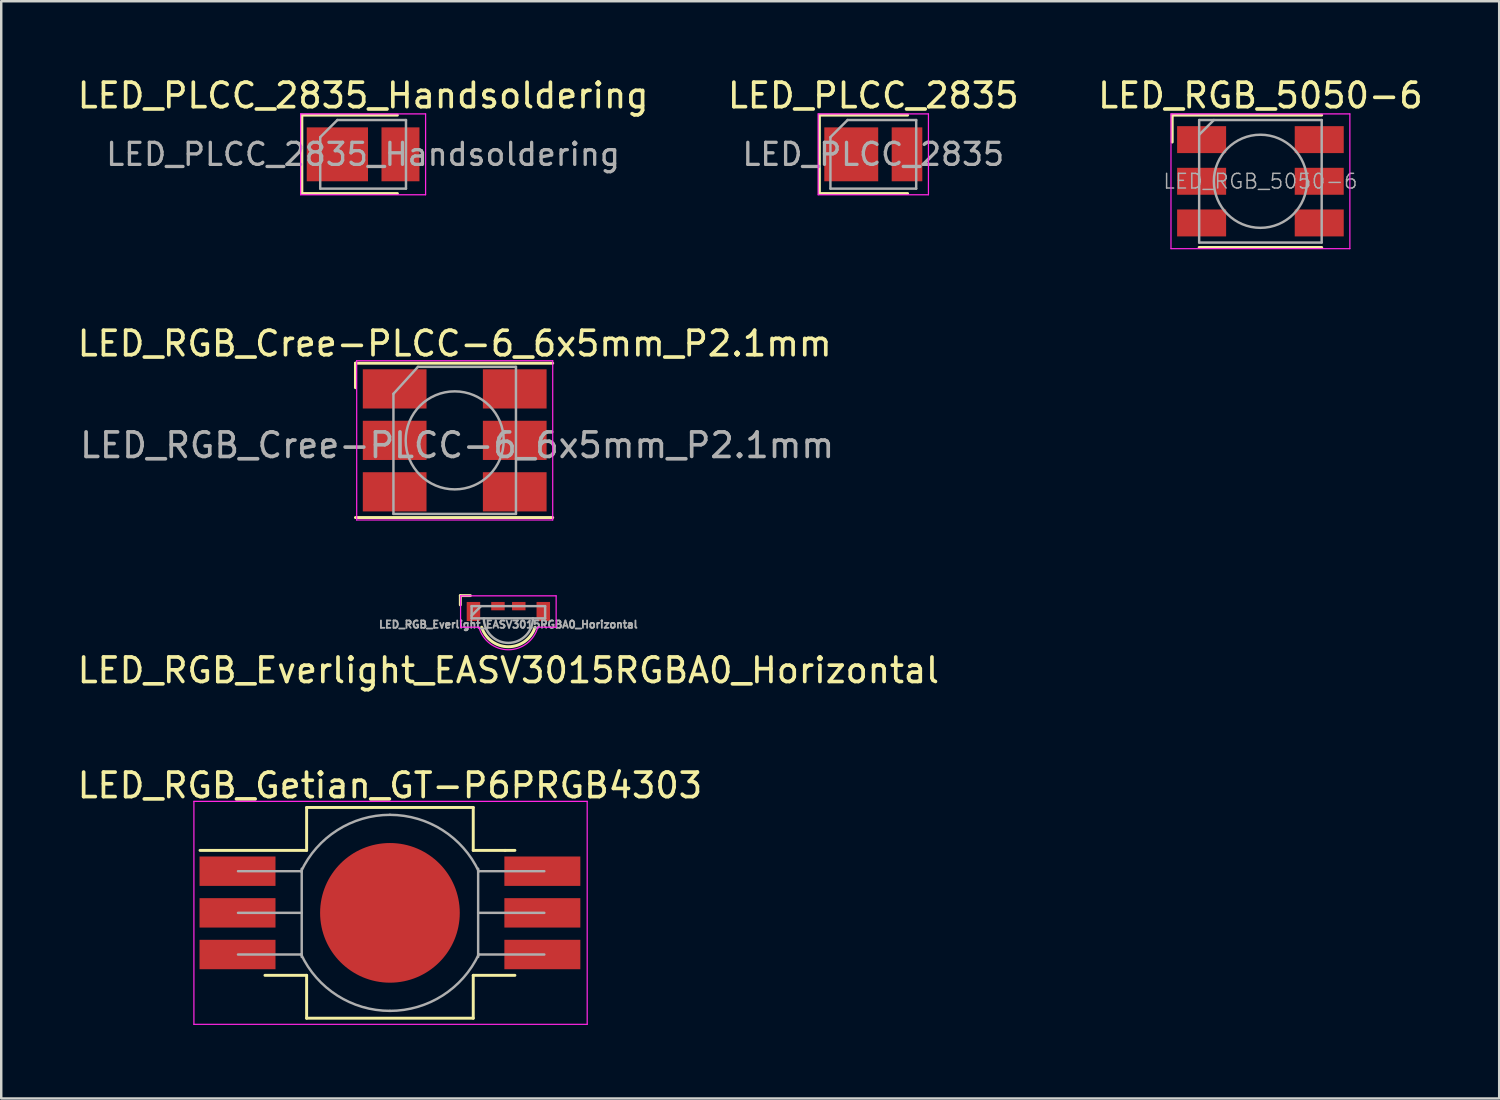
<source format=kicad_pcb>
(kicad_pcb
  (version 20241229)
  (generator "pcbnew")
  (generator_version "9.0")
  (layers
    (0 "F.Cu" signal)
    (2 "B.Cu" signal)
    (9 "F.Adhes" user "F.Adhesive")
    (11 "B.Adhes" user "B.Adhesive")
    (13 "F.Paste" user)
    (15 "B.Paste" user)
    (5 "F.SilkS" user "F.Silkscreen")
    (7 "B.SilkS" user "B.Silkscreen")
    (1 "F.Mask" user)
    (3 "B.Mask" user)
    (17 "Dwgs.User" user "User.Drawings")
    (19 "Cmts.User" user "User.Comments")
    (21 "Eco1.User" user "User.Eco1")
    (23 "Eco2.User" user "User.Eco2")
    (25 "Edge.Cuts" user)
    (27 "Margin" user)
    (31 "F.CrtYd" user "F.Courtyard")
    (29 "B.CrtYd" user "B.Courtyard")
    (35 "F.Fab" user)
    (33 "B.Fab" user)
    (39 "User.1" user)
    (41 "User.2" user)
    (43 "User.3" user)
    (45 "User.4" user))
  (footprint "LED_RGB_Getian_GT-P6PRGB4303"
    (layer "F.Cu")
    (at 12.863 34.203)
    (property "Reference" "LED_RGB_Getian_GT-P6PRGB4303" (at 0 -5.2 0) (layer "F.SilkS") (effects (font (size 1 1) (thickness 0.15))))
    (attr smd)
    (fp_line (start -7.75 -2.55) (end -3.4 -2.55) (stroke (width 0.12) (type solid)) (layer "F.SilkS"))
    (fp_line (start -5.1 2.55) (end -3.4 2.55) (stroke (width 0.12) (type solid)) (layer "F.SilkS"))
    (fp_line (start -3.4 -4.3) (end -3.4 -2.55) (stroke (width 0.12) (type solid)) (layer "F.SilkS"))
    (fp_line (start -3.4 2.55) (end -3.4 4.3) (stroke (width 0.12) (type solid)) (layer "F.SilkS"))
    (fp_line (start 3.4 -4.3) (end -3.4 -4.3) (stroke (width 0.12) (type solid)) (layer "F.SilkS"))
    (fp_line (start 3.4 -4.3) (end 3.4 -2.55) (stroke (width 0.12) (type solid)) (layer "F.SilkS"))
    (fp_line (start 3.4 -2.55) (end 4.7 -2.55) (stroke (width 0.12) (type solid)) (layer "F.SilkS"))
    (fp_line (start 3.4 2.55) (end 3.4 4.3) (stroke (width 0.12) (type solid)) (layer "F.SilkS"))
    (fp_line (start 3.4 4.3) (end -3.4 4.3) (stroke (width 0.12) (type solid)) (layer "F.SilkS"))
    (fp_line (start 4.7 -2.55) (end 5.1 -2.55) (stroke (width 0.12) (type solid)) (layer "F.SilkS"))
    (fp_line (start 5.1 2.55) (end 3.4 2.55) (stroke (width 0.12) (type solid)) (layer "F.SilkS"))
    (fp_line (start -8 -4.55) (end -8 4.55) (stroke (width 0.05) (type solid)) (layer "F.CrtYd"))
    (fp_line (start -8 -4.55) (end 8.05 -4.55) (stroke (width 0.05) (type solid)) (layer "F.CrtYd"))
    (fp_line (start -8 4.55) (end 8.05 4.55) (stroke (width 0.05) (type solid)) (layer "F.CrtYd"))
    (fp_line (start 8.05 -4.55) (end 8.05 4.55) (stroke (width 0.05) (type solid)) (layer "F.CrtYd"))
    (fp_line (start -6.2 0) (end -3.6 0) (stroke (width 0.1) (type solid)) (layer "F.Fab"))
    (fp_line (start -3.6 -1.7) (end -6.2 -1.7) (stroke (width 0.1) (type solid)) (layer "F.Fab"))
    (fp_line (start -3.6 1.7) (end -6.2 1.7) (stroke (width 0.1) (type solid)) (layer "F.Fab"))
    (fp_line (start -3.6 1.8) (end -3.6 -1.8) (stroke (width 0.1) (type solid)) (layer "F.Fab"))
    (fp_line (start 3.6 -1.8) (end 3.6 1.8) (stroke (width 0.1) (type solid)) (layer "F.Fab"))
    (fp_line (start 3.6 -1.7) (end 6.3 -1.7) (stroke (width 0.1) (type solid)) (layer "F.Fab"))
    (fp_line (start 3.6 1.7) (end 6.3 1.7) (stroke (width 0.1) (type solid)) (layer "F.Fab"))
    (fp_line (start 6.3 0) (end 3.6 0) (stroke (width 0.1) (type solid)) (layer "F.Fab"))
    (fp_arc (start -3.625231 -1.690473) (mid -2.149198 -3.373566) (end 0 -4) (stroke (width 0.1) (type solid)) (layer "F.Fab"))
    (fp_arc (start 0 -4) (mid 2.149198 -3.373566) (end 3.625231 -1.690473) (stroke (width 0.1) (type solid)) (layer "F.Fab"))
    (fp_arc (start 0 4) (mid -2.149198 3.373566) (end -3.625231 1.690473) (stroke (width 0.1) (type solid)) (layer "F.Fab"))
    (fp_arc (start 3.625231 1.690473) (mid 2.149198 3.373566) (end 0 4) (stroke (width 0.1) (type solid)) (layer "F.Fab"))
    (pad "1" smd rect (at -6.22 -1.7) (size 3.1 1.2) (layers "F.Cu" "F.Mask" "F.Paste"))
    (pad "2" smd rect (at -6.22 0) (size 3.1 1.2) (layers "F.Cu" "F.Mask" "F.Paste"))
    (pad "3" smd rect (at -6.22 1.7) (size 3.1 1.2) (layers "F.Cu" "F.Mask" "F.Paste"))
    (pad "4" smd rect (at 6.22 1.7 180) (size 3.1 1.2) (layers "F.Cu" "F.Mask" "F.Paste"))
    (pad "5" smd rect (at 6.22 0 180) (size 3.1 1.2) (layers "F.Cu" "F.Mask" "F.Paste"))
    (pad "6" smd rect (at 6.22 -1.7 180) (size 3.1 1.2) (layers "F.Cu" "F.Mask" "F.Paste"))
    (pad "PAD" smd circle (at 0 0) (size 5.7 5.7) (layers "F.Cu" "F.Mask" "F.Paste")))
  (footprint "LED_RGB_Everlight_EASV3015RGBA0_Horizontal"
    (layer "F.Cu")
    (at 17.696 22.436)
    (property "Reference" "LED_RGB_Everlight_EASV3015RGBA0_Horizontal" (at 0 1.87 180) (layer "F.SilkS") (effects (font (size 1 1) (thickness 0.15))))
    (attr smd)
    (fp_line (start -1.96 -1.18) (end -1.55 -1.18) (stroke (width 0.12) (type solid)) (layer "F.SilkS"))
    (fp_line (start -1.96 -0.8) (end -1.96 -1.18) (stroke (width 0.12) (type solid)) (layer "F.SilkS"))
    (fp_arc (start 1.09 0.11) (mid 0 0.907104) (end -1.09 0.11) (stroke (width 0.12) (type solid)) (layer "F.SilkS"))
    (fp_line (start -1.95 -1.17) (end -1.95 0.11) (stroke (width 0.05) (type solid)) (layer "F.CrtYd"))
    (fp_line (start -1.2 0.11) (end -1.95 0.11) (stroke (width 0.05) (type solid)) (layer "F.CrtYd"))
    (fp_line (start 1.95 -1.17) (end -1.95 -1.17) (stroke (width 0.05) (type solid)) (layer "F.CrtYd"))
    (fp_line (start 1.95 -1.17) (end 1.95 0.11) (stroke (width 0.05) (type solid)) (layer "F.CrtYd"))
    (fp_line (start 1.95 0.11) (end 1.2 0.11) (stroke (width 0.05) (type solid)) (layer "F.CrtYd"))
    (fp_arc (start 1.2 0.11) (mid 0 1.03) (end -1.2 0.11) (stroke (width 0.05) (type solid)) (layer "F.CrtYd"))
    (fp_line (start -1.5 -0.75) (end -1.5 -0.25) (stroke (width 0.1) (type solid)) (layer "F.Fab"))
    (fp_line (start -1.5 -0.36) (end -1.12 -0.75) (stroke (width 0.1) (type solid)) (layer "F.Fab"))
    (fp_line (start -1.5 -0.25) (end 1.5 -0.25) (stroke (width 0.1) (type solid)) (layer "F.Fab"))
    (fp_line (start 1.5 -0.75) (end -1.5 -0.75) (stroke (width 0.1) (type solid)) (layer "F.Fab"))
    (fp_line (start 1.5 -0.25) (end 1.5 -0.75) (stroke (width 0.1) (type solid)) (layer "F.Fab"))
    (fp_arc (start 1 -0.25) (mid 0 0.75) (end -1 -0.25) (stroke (width 0.1) (type solid)) (layer "F.Fab"))
    (fp_text user "${REFERENCE}" (at 0 0 180) (layer "F.Fab") (effects (font (size 0.3 0.3) (thickness 0.075))))
    (pad "1" smd rect (at -1.425 -0.53) (size 0.55 0.78) (layers "F.Cu" "F.Mask" "F.Paste"))
    (pad "2" smd rect (at -0.425 -0.75) (size 0.55 0.34) (layers "F.Cu" "F.Mask" "F.Paste"))
    (pad "3" smd rect (at 0.425 -0.75) (size 0.55 0.34) (layers "F.Cu" "F.Mask" "F.Paste"))
    (pad "4" smd rect (at 1.425 -0.53) (size 0.55 0.78) (layers "F.Cu" "F.Mask" "F.Paste")))
  (footprint "LED_RGB_5050-6"
    (layer "F.Cu")
    (at 48.387 4.348)
    (property "Reference" "LED_RGB_5050-6" (at 0 -3.5 180) (layer "F.SilkS") (effects (font (size 1 1) (thickness 0.15))))
    (attr smd)
    (fp_line (start -3.6 -2.7) (end 2.5 -2.7) (stroke (width 0.12) (type solid)) (layer "F.SilkS"))
    (fp_line (start -3.6 -1.6) (end -3.6 -2.7) (stroke (width 0.12) (type solid)) (layer "F.SilkS"))
    (fp_line (start 2.5 2.7) (end -2.5 2.7) (stroke (width 0.12) (type solid)) (layer "F.SilkS"))
    (fp_line (start -3.65 -2.75) (end -3.65 2.75) (stroke (width 0.05) (type solid)) (layer "F.CrtYd"))
    (fp_line (start -3.65 2.75) (end 3.65 2.75) (stroke (width 0.05) (type solid)) (layer "F.CrtYd"))
    (fp_line (start 3.65 -2.75) (end -3.65 -2.75) (stroke (width 0.05) (type solid)) (layer "F.CrtYd"))
    (fp_line (start 3.65 2.75) (end 3.65 -2.75) (stroke (width 0.05) (type solid)) (layer "F.CrtYd"))
    (fp_line (start -2.5 -2.5) (end -2.5 2.5) (stroke (width 0.1) (type solid)) (layer "F.Fab"))
    (fp_line (start -2.5 -1.9) (end -1.9 -2.5) (stroke (width 0.1) (type solid)) (layer "F.Fab"))
    (fp_line (start -2.5 2.5) (end 2.5 2.5) (stroke (width 0.1) (type solid)) (layer "F.Fab"))
    (fp_line (start 2.5 -2.5) (end -2.5 -2.5) (stroke (width 0.1) (type solid)) (layer "F.Fab"))
    (fp_line (start 2.5 2.5) (end 2.5 -2.5) (stroke (width 0.1) (type solid)) (layer "F.Fab"))
    (fp_circle (center 0 0) (end 0 -1.9) (stroke (width 0.1) (type solid)) (fill no) (layer "F.Fab"))
    (fp_text user "${REFERENCE}" (at 0 0 0) (layer "F.Fab") (effects (font (size 0.6 0.6) (thickness 0.06))))
    (pad "1" smd rect (at -2.4 -1.7 90) (size 1.1 2) (layers "F.Cu" "F.Mask" "F.Paste"))
    (pad "2" smd rect (at -2.4 0 90) (size 1.1 2) (layers "F.Cu" "F.Mask" "F.Paste"))
    (pad "3" smd rect (at -2.4 1.7 90) (size 1.1 2) (layers "F.Cu" "F.Mask" "F.Paste"))
    (pad "4" smd rect (at 2.4 1.7 90) (size 1.1 2) (layers "F.Cu" "F.Mask" "F.Paste"))
    (pad "5" smd rect (at 2.4 0 90) (size 1.1 2) (layers "F.Cu" "F.Mask" "F.Paste"))
    (pad "6" smd rect (at 2.4 -1.7 90) (size 1.1 2) (layers "F.Cu" "F.Mask" "F.Paste")))
  (footprint "LED_PLCC_2835"
    (layer "F.Cu")
    (at 32.589 3.248)
    (property "Reference" "LED_PLCC_2835" (at 0 -2.4 0) (layer "F.SilkS") (effects (font (size 1 1) (thickness 0.15))))
    (attr smd)
    (fp_line (start -2.2 -1.6) (end -2.2 1.6) (stroke (width 0.12) (type solid)) (layer "F.SilkS"))
    (fp_line (start 1.4 -1.6) (end -2.2 -1.6) (stroke (width 0.12) (type solid)) (layer "F.SilkS"))
    (fp_line (start 1.4 1.6) (end -2.2 1.6) (stroke (width 0.12) (type solid)) (layer "F.SilkS"))
    (fp_line (start -2.25 -1.65) (end 2.25 -1.65) (stroke (width 0.05) (type solid)) (layer "F.CrtYd"))
    (fp_line (start -2.25 1.65) (end -2.25 -1.65) (stroke (width 0.05) (type solid)) (layer "F.CrtYd"))
    (fp_line (start 2.25 -1.65) (end 2.25 1.65) (stroke (width 0.05) (type solid)) (layer "F.CrtYd"))
    (fp_line (start 2.25 1.65) (end -2.25 1.65) (stroke (width 0.05) (type solid)) (layer "F.CrtYd"))
    (fp_line (start -1.75 1.4) (end -1.75 -0.7) (stroke (width 0.1) (type solid)) (layer "F.Fab"))
    (fp_line (start -1.05 -1.4) (end -1.75 -0.7) (stroke (width 0.1) (type solid)) (layer "F.Fab"))
    (fp_line (start -1.05 -1.4) (end 1.75 -1.4) (stroke (width 0.1) (type solid)) (layer "F.Fab"))
    (fp_line (start 1.75 -1.4) (end 1.75 1.4) (stroke (width 0.1) (type solid)) (layer "F.Fab"))
    (fp_line (start 1.75 1.4) (end -1.75 1.4) (stroke (width 0.1) (type solid)) (layer "F.Fab"))
    (fp_text user "${REFERENCE}" (at 0 0 0) (layer "F.Fab") (effects (font (size 0.9 0.9) (thickness 0.135))))
    (pad "1" smd rect (at -0.9 0) (size 2.2 2.2) (layers "F.Cu" "F.Mask" "F.Paste"))
    (pad "2" smd rect (at 1.375 0) (size 1.25 2.2) (layers "F.Cu" "F.Mask" "F.Paste")))
  (footprint "LED_RGB_Cree-PLCC-6_6x5mm_P2.1mm"
    (layer "F.Cu")
    (at 15.506 14.921)
    (property "Reference" "LED_RGB_Cree-PLCC-6_6x5mm_P2.1mm" (at 0 -3.95 0) (layer "F.SilkS") (effects (font (size 1 1) (thickness 0.15))))
    (attr smd)
    (fp_line (start -4.05 -3.15) (end 4 -3.15) (stroke (width 0.12) (type solid)) (layer "F.SilkS"))
    (fp_line (start -4.05 -2.15) (end -4.05 -3.15) (stroke (width 0.12) (type solid)) (layer "F.SilkS"))
    (fp_line (start -4.05 3.15) (end 4 3.15) (stroke (width 0.12) (type solid)) (layer "F.SilkS"))
    (fp_line (start -4 -3.25) (end -4 3.25) (stroke (width 0.05) (type solid)) (layer "F.CrtYd"))
    (fp_line (start -4 3.25) (end 4 3.25) (stroke (width 0.05) (type solid)) (layer "F.CrtYd"))
    (fp_line (start 4 -3.25) (end -4 -3.25) (stroke (width 0.05) (type solid)) (layer "F.CrtYd"))
    (fp_line (start 4 3.25) (end 4 -3.25) (stroke (width 0.05) (type solid)) (layer "F.CrtYd"))
    (fp_line (start -2.5 -1.9) (end -1.5 -3) (stroke (width 0.1) (type solid)) (layer "F.Fab"))
    (fp_line (start -2.5 3) (end -2.5 -1.9) (stroke (width 0.1) (type solid)) (layer "F.Fab"))
    (fp_line (start -1.5 -3) (end 2.5 -3) (stroke (width 0.1) (type solid)) (layer "F.Fab"))
    (fp_line (start 2.5 -3) (end 2.5 3) (stroke (width 0.1) (type solid)) (layer "F.Fab"))
    (fp_line (start 2.5 3) (end -2.5 3) (stroke (width 0.1) (type solid)) (layer "F.Fab"))
    (fp_circle (center 0 0) (end 0 -2) (stroke (width 0.1) (type solid)) (fill no) (layer "F.Fab"))
    (fp_text user "${REFERENCE}" (at 0.1 0.2 0) (layer "F.Fab") (effects (font (size 1 1) (thickness 0.15))))
    (pad "1" smd rect (at -2.45 -2.1) (size 2.6 1.6) (layers "F.Cu" "F.Mask" "F.Paste"))
    (pad "2" smd rect (at -2.45 0) (size 2.6 1.6) (layers "F.Cu" "F.Mask" "F.Paste"))
    (pad "3" smd rect (at -2.45 2.1) (size 2.6 1.6) (layers "F.Cu" "F.Mask" "F.Paste"))
    (pad "4" smd rect (at 2.45 2.1) (size 2.6 1.6) (layers "F.Cu" "F.Mask" "F.Paste"))
    (pad "5" smd rect (at 2.45 0) (size 2.6 1.6) (layers "F.Cu" "F.Mask" "F.Paste"))
    (pad "6" smd rect (at 2.45 -2.1) (size 2.6 1.6) (layers "F.Cu" "F.Mask" "F.Paste")))
  (footprint "LED_PLCC_2835_Handsoldering"
    (layer "F.Cu")
    (at 11.768 3.248)
    (property "Reference" "LED_PLCC_2835_Handsoldering" (at 0 -2.4 0) (layer "F.SilkS") (effects (font (size 1 1) (thickness 0.15))))
    (attr smd)
    (fp_line (start -2.5 -1.6) (end -2.5 1.6) (stroke (width 0.12) (type solid)) (layer "F.SilkS"))
    (fp_line (start 1.4 -1.6) (end -2.5 -1.6) (stroke (width 0.12) (type solid)) (layer "F.SilkS"))
    (fp_line (start 1.4 1.6) (end -2.5 1.6) (stroke (width 0.12) (type solid)) (layer "F.SilkS"))
    (fp_line (start -2.55 -1.65) (end 2.55 -1.65) (stroke (width 0.05) (type solid)) (layer "F.CrtYd"))
    (fp_line (start -2.55 1.65) (end -2.55 -1.65) (stroke (width 0.05) (type solid)) (layer "F.CrtYd"))
    (fp_line (start 2.55 -1.65) (end 2.55 1.65) (stroke (width 0.05) (type solid)) (layer "F.CrtYd"))
    (fp_line (start 2.55 1.65) (end -2.55 1.65) (stroke (width 0.05) (type solid)) (layer "F.CrtYd"))
    (fp_line (start -1.75 1.4) (end -1.75 -0.7) (stroke (width 0.1) (type solid)) (layer "F.Fab"))
    (fp_line (start -1.05 -1.4) (end -1.75 -0.7) (stroke (width 0.1) (type solid)) (layer "F.Fab"))
    (fp_line (start -1.05 -1.4) (end 1.75 -1.4) (stroke (width 0.1) (type solid)) (layer "F.Fab"))
    (fp_line (start 1.75 -1.4) (end 1.75 1.4) (stroke (width 0.1) (type solid)) (layer "F.Fab"))
    (fp_line (start 1.75 1.4) (end -1.75 1.4) (stroke (width 0.1) (type solid)) (layer "F.Fab"))
    (fp_text user "${REFERENCE}" (at 0 0 0) (layer "F.Fab") (effects (font (size 0.9 0.9) (thickness 0.135))))
    (pad "1" smd rect (at -1.05 0) (size 2.5 2.2) (layers "F.Cu" "F.Mask" "F.Paste"))
    (pad "2" smd rect (at 1.525 0) (size 1.55 2.2) (layers "F.Cu" "F.Mask" "F.Paste")))
  (gr_rect
    (start -3 -3)
    (end 58.131 41.778)
    (stroke (width 0.1) (type default))
    (fill no)
    (layer "Edge.Cuts")))
</source>
